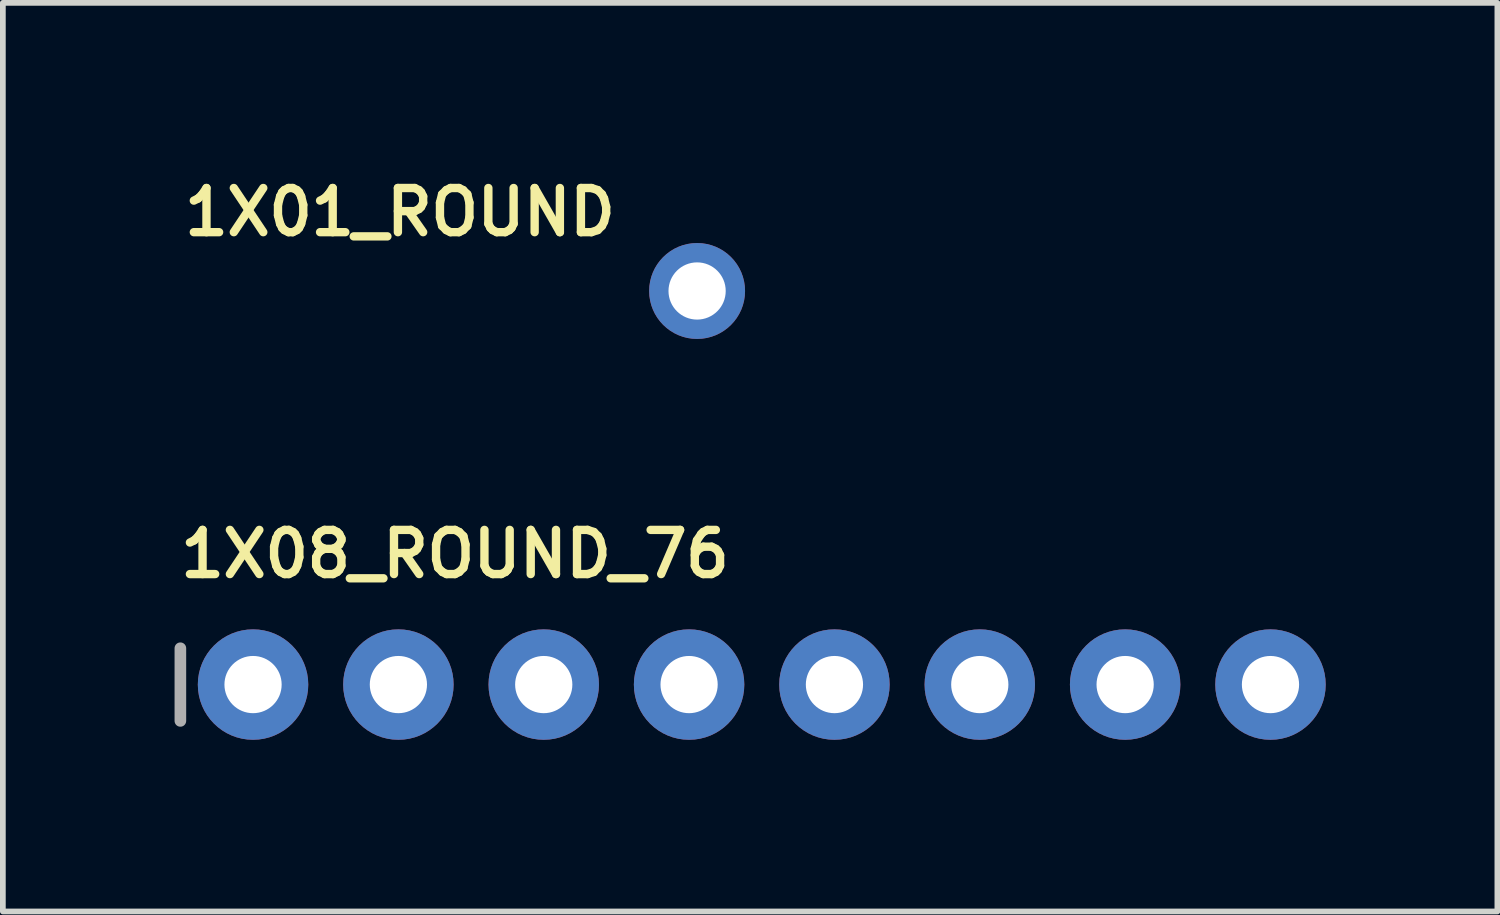
<source format=kicad_pcb>
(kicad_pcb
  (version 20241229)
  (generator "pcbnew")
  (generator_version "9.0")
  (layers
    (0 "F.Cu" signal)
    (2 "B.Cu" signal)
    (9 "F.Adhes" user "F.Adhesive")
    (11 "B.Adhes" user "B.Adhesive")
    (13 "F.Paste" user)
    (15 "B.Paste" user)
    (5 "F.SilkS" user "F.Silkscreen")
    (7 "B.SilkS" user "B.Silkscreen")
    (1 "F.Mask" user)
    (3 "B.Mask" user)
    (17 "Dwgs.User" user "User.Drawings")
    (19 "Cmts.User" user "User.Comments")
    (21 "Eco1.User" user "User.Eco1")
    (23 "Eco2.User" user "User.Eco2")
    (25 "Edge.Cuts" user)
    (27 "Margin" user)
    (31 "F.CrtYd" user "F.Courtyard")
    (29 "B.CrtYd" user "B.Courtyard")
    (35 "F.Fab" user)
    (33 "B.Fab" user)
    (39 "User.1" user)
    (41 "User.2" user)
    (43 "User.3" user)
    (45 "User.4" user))
  (footprint "1X01_ROUND"
    (layer "F.Cu")
    (at 9.132 2.035)
    (property "Reference" "1X01_ROUND" (at -1.346 -1.829 0) (layer "F.SilkS") (effects (font (size 0.772 0.772) (thickness 0.146)) (justify right top)))
    (attr through_hole)
    (fp_poly (pts (xy -0.254 0.254) (xy 0.254 0.254) (xy 0.254 -0.254) (xy -0.254 -0.254)) (stroke (width 0.1) (type solid)) (fill no) (layer "F.Fab"))
    (pad "1" thru_hole circle (at 0 0 90) (size 1.676 1.676) (drill 1) (layers "*.Cu" "*.Mask")))
  (footprint "1X08_ROUND_76"
    (layer "F.Cu")
    (at 10.262 8.913)
    (property "Reference" "1X08_ROUND_76" (at -10.236 -1.829 0) (layer "F.SilkS") (effects (font (size 0.772 0.772) (thickness 0.146)) (justify left bottom)))
    (attr through_hole)
    (fp_line (start -10.16 -0.635) (end -10.16 0.635) (stroke (width 0.203) (type solid)) (layer "F.Fab"))
    (fp_poly (pts (xy -9.144 0.254) (xy -8.636 0.254) (xy -8.636 -0.254) (xy -9.144 -0.254)) (stroke (width 0.1) (type solid)) (fill no) (layer "F.Fab"))
    (fp_poly (pts (xy -6.604 0.254) (xy -6.096 0.254) (xy -6.096 -0.254) (xy -6.604 -0.254)) (stroke (width 0.1) (type solid)) (fill no) (layer "F.Fab"))
    (fp_poly (pts (xy -4.064 0.254) (xy -3.556 0.254) (xy -3.556 -0.254) (xy -4.064 -0.254)) (stroke (width 0.1) (type solid)) (fill no) (layer "F.Fab"))
    (fp_poly (pts (xy -1.524 0.254) (xy -1.016 0.254) (xy -1.016 -0.254) (xy -1.524 -0.254)) (stroke (width 0.1) (type solid)) (fill no) (layer "F.Fab"))
    (fp_poly (pts (xy 1.016 0.254) (xy 1.524 0.254) (xy 1.524 -0.254) (xy 1.016 -0.254)) (stroke (width 0.1) (type solid)) (fill no) (layer "F.Fab"))
    (fp_poly (pts (xy 3.556 0.254) (xy 4.064 0.254) (xy 4.064 -0.254) (xy 3.556 -0.254)) (stroke (width 0.1) (type solid)) (fill no) (layer "F.Fab"))
    (fp_poly (pts (xy 6.096 0.254) (xy 6.604 0.254) (xy 6.604 -0.254) (xy 6.096 -0.254)) (stroke (width 0.1) (type solid)) (fill no) (layer "F.Fab"))
    (fp_poly (pts (xy 8.636 0.254) (xy 9.144 0.254) (xy 9.144 -0.254) (xy 8.636 -0.254)) (stroke (width 0.1) (type solid)) (fill no) (layer "F.Fab"))
    (pad "1" thru_hole circle (at -8.89 0 90) (size 1.93 1.93) (drill 1) (layers "*.Cu" "*.Mask"))
    (pad "2" thru_hole circle (at -6.35 0 90) (size 1.93 1.93) (drill 1) (layers "*.Cu" "*.Mask"))
    (pad "3" thru_hole circle (at -3.81 0 90) (size 1.93 1.93) (drill 1) (layers "*.Cu" "*.Mask"))
    (pad "4" thru_hole circle (at -1.27 0 90) (size 1.93 1.93) (drill 1) (layers "*.Cu" "*.Mask"))
    (pad "5" thru_hole circle (at 1.27 0 90) (size 1.93 1.93) (drill 1) (layers "*.Cu" "*.Mask"))
    (pad "6" thru_hole circle (at 3.81 0 90) (size 1.93 1.93) (drill 1) (layers "*.Cu" "*.Mask"))
    (pad "7" thru_hole circle (at 6.35 0 90) (size 1.93 1.93) (drill 1) (layers "*.Cu" "*.Mask"))
    (pad "8" thru_hole circle (at 8.89 0 90) (size 1.93 1.93) (drill 1) (layers "*.Cu" "*.Mask")))
  (gr_rect
    (start -3 -3)
    (end 23.117 12.878)
    (stroke (width 0.1) (type default))
    (fill no)
    (layer "Edge.Cuts")))
</source>
